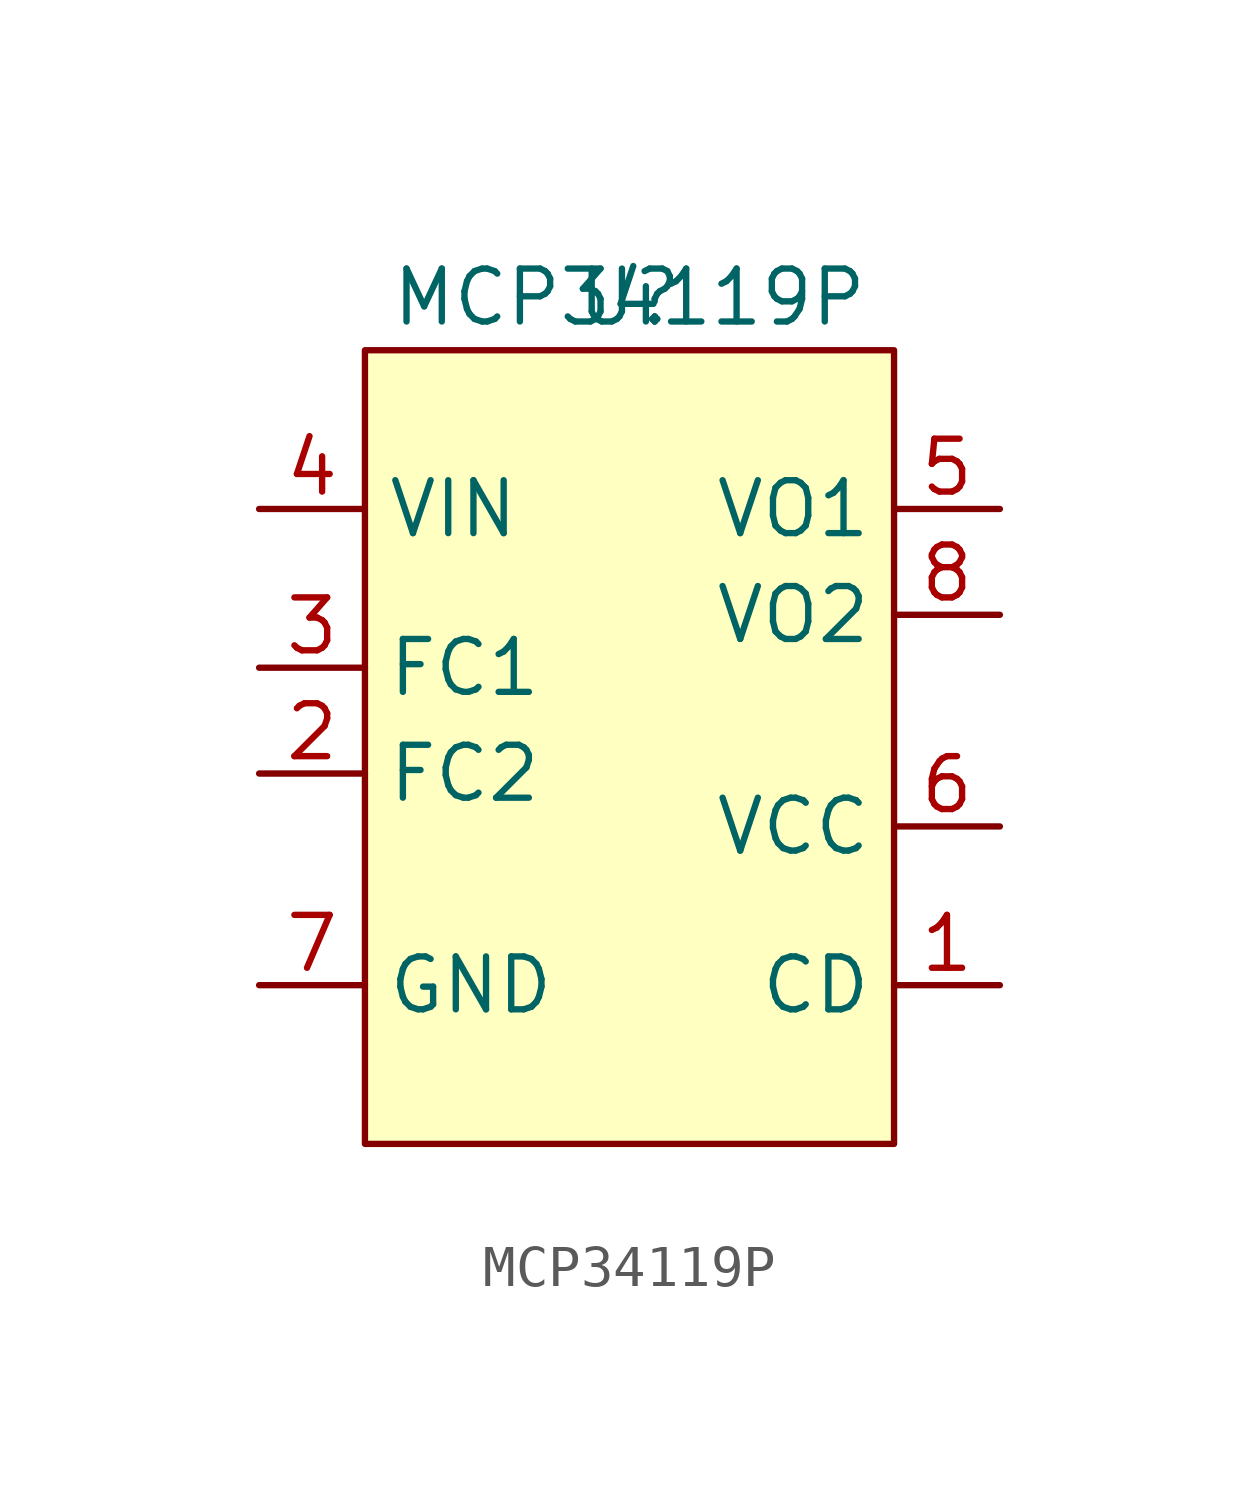
<source format=kicad_sym>
(kicad_symbol_lib
  (version 20220914)
  (generator kicad_symbol_editor)
  (symbol "MCP34119P"
    (property "Reference" "U"
      (at 0 10.16 0)
      (effects (font (size 1.27 1.27))))
    (property "Value" "MCP34119P"
      (at 0 10.16 0)
      (effects (font (size 1.27 1.27))))
    (symbol "MCP34119P_1_1"
      (rectangle (start -6.35 8.89) (end 6.35 -10.16) (stroke (width 0) (type default)) (fill (type background)))
      (pin input line (at 8.89 -6.35 180) (length 2.54) (name "CD" (effects (font (size 1.27 1.27)))) (number "1" (effects (font (size 1.27 1.27)))))
      (pin input line (at -8.89 -1.27 0) (length 2.54) (name "FC2" (effects (font (size 1.27 1.27)))) (number "2" (effects (font (size 1.27 1.27)))))
      (pin input line (at -8.89 1.27 0) (length 2.54) (name "FC1" (effects (font (size 1.27 1.27)))) (number "3" (effects (font (size 1.27 1.27)))))
      (pin input line (at -8.89 5.08 0) (length 2.54) (name "VIN" (effects (font (size 1.27 1.27)))) (number "4" (effects (font (size 1.27 1.27)))))
      (pin input line (at 8.89 5.08 180) (length 2.54) (name "VO1" (effects (font (size 1.27 1.27)))) (number "5" (effects (font (size 1.27 1.27)))))
      (pin input line (at 8.89 -2.54 180) (length 2.54) (name "VCC" (effects (font (size 1.27 1.27)))) (number "6" (effects (font (size 1.27 1.27)))))
      (pin input line (at -8.89 -6.35 0) (length 2.54) (name "GND" (effects (font (size 1.27 1.27)))) (number "7" (effects (font (size 1.27 1.27)))))
      (pin output line (at 8.89 2.54 180) (length 2.54) (name "VO2" (effects (font (size 1.27 1.27)))) (number "8" (effects (font (size 1.27 1.27))))))))
</source>
